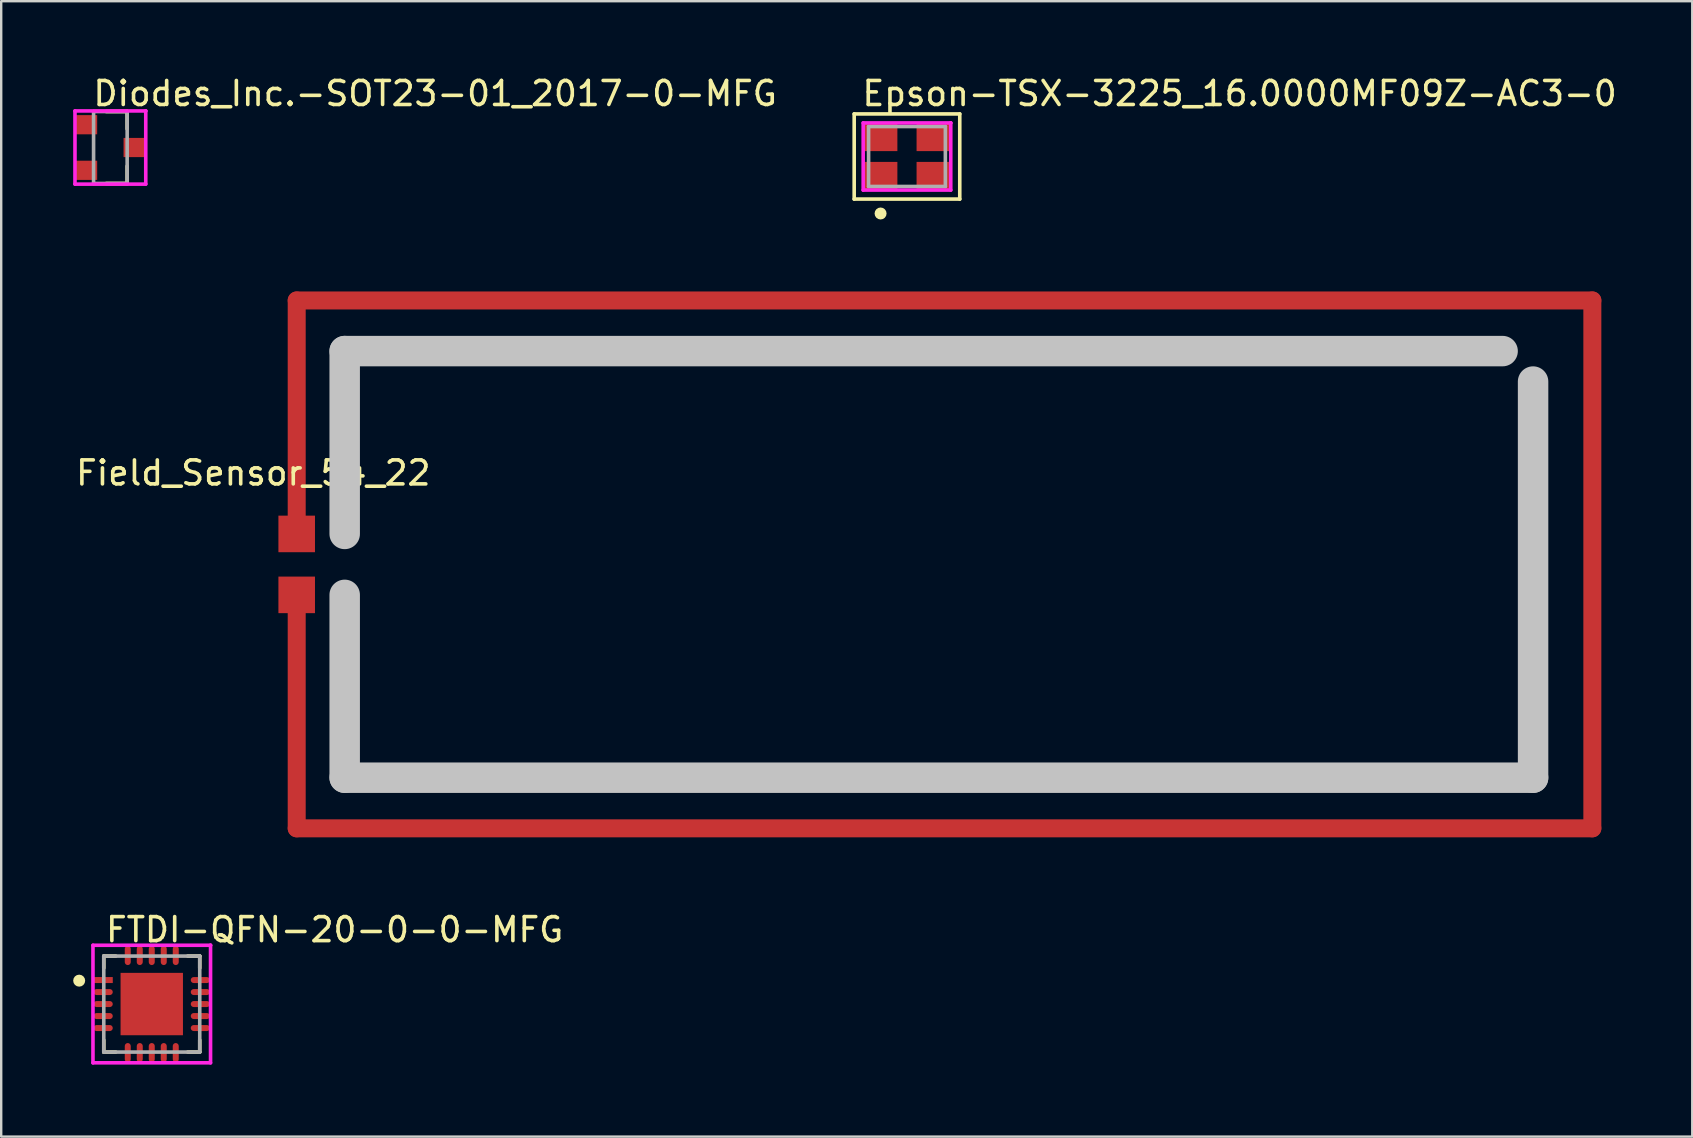
<source format=kicad_pcb>
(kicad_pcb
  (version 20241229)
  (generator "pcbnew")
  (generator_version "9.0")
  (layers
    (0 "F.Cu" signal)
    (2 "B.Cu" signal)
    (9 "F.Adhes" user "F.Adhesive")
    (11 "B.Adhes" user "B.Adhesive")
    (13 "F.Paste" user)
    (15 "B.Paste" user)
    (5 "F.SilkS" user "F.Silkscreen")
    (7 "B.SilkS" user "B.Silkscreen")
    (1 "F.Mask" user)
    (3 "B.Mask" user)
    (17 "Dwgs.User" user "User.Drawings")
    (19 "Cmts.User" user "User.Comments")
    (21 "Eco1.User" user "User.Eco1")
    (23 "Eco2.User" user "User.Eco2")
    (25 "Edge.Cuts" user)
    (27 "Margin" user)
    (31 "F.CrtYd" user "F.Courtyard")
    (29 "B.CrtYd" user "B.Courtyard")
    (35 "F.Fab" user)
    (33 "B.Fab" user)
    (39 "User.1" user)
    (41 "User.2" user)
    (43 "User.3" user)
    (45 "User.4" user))
  (footprint "FTDI-QFN-20-0-0-MFG"
    (layer "F.Cu")
    (at 3.275 38.797)
    (property "Reference" "FTDI-QFN-20-0-0-MFG" (at -2 -3.1 0) (layer "F.SilkS") (effects (font (size 1 1) (thickness 0.15)) (justify left)))
    (attr through_hole)
    (fp_line (start -2 -2) (end -1.5 -2) (stroke (width 0.15) (type solid)) (layer "F.SilkS"))
    (fp_line (start -2 -1.5) (end -2 -2) (stroke (width 0.15) (type solid)) (layer "F.SilkS"))
    (fp_line (start -2 2) (end -2 1.5) (stroke (width 0.15) (type solid)) (layer "F.SilkS"))
    (fp_line (start -2 2) (end -1.5 2) (stroke (width 0.15) (type solid)) (layer "F.SilkS"))
    (fp_line (start 1.5 -2) (end 2 -2) (stroke (width 0.15) (type solid)) (layer "F.SilkS"))
    (fp_line (start 1.5 2) (end 2 2) (stroke (width 0.15) (type solid)) (layer "F.SilkS"))
    (fp_line (start 2 -1.5) (end 2 -2) (stroke (width 0.15) (type solid)) (layer "F.SilkS"))
    (fp_line (start 2 2) (end 2 1.5) (stroke (width 0.15) (type solid)) (layer "F.SilkS"))
    (fp_circle (center -3.025 -0.975) (end -2.9 -0.975) (stroke (width 0.25) (type solid)) (fill no) (layer "F.SilkS"))
    (fp_line (start -2.45 -2.45) (end -2.45 2.45) (stroke (width 0.15) (type solid)) (layer "F.CrtYd"))
    (fp_line (start -2.45 2.45) (end 2.45 2.45) (stroke (width 0.15) (type solid)) (layer "F.CrtYd"))
    (fp_line (start 2.45 -2.45) (end -2.45 -2.45) (stroke (width 0.15) (type solid)) (layer "F.CrtYd"))
    (fp_line (start 2.45 -2.45) (end 2.45 -2.45) (stroke (width 0.15) (type solid)) (layer "F.CrtYd"))
    (fp_line (start 2.45 2.45) (end 2.45 -2.45) (stroke (width 0.15) (type solid)) (layer "F.CrtYd"))
    (fp_line (start -2 -2) (end 2 -2) (stroke (width 0.15) (type solid)) (layer "F.Fab"))
    (fp_line (start -2 2) (end -2 -2) (stroke (width 0.15) (type solid)) (layer "F.Fab"))
    (fp_line (start 2 -2) (end 2 2) (stroke (width 0.15) (type solid)) (layer "F.Fab"))
    (fp_line (start 2 2) (end -2 2) (stroke (width 0.15) (type solid)) (layer "F.Fab"))
    (pad "1" smd rect (at -2.025 -1) (size 0.8 0.25) (layers "F.Cu" "F.Mask" "F.Paste"))
    (pad "2" smd roundrect (at -2.025 -0.5) (size 0.8 0.25) (layers "F.Cu" "F.Mask" "F.Paste") (roundrect_rratio 0.5))
    (pad "3" smd roundrect (at -2.025 0) (size 0.8 0.25) (layers "F.Cu" "F.Mask" "F.Paste") (roundrect_rratio 0.5))
    (pad "4" smd roundrect (at -2.025 0.5) (size 0.8 0.25) (layers "F.Cu" "F.Mask" "F.Paste") (roundrect_rratio 0.5))
    (pad "5" smd roundrect (at -2.025 1) (size 0.8 0.25) (layers "F.Cu" "F.Mask" "F.Paste") (roundrect_rratio 0.5))
    (pad "6" smd roundrect (at -1 2.025) (size 0.25 0.8) (layers "F.Cu" "F.Mask" "F.Paste") (roundrect_rratio 0.5))
    (pad "7" smd roundrect (at -0.5 2.025) (size 0.25 0.8) (layers "F.Cu" "F.Mask" "F.Paste") (roundrect_rratio 0.5))
    (pad "8" smd roundrect (at 0 2.025) (size 0.25 0.8) (layers "F.Cu" "F.Mask" "F.Paste") (roundrect_rratio 0.5))
    (pad "9" smd roundrect (at 0.5 2.025) (size 0.25 0.8) (layers "F.Cu" "F.Mask" "F.Paste") (roundrect_rratio 0.5))
    (pad "10" smd roundrect (at 1 2.025) (size 0.25 0.8) (layers "F.Cu" "F.Mask" "F.Paste") (roundrect_rratio 0.5))
    (pad "11" smd roundrect (at 2.025 1) (size 0.8 0.25) (layers "F.Cu" "F.Mask" "F.Paste") (roundrect_rratio 0.5))
    (pad "12" smd roundrect (at 2.025 0.5) (size 0.8 0.25) (layers "F.Cu" "F.Mask" "F.Paste") (roundrect_rratio 0.5))
    (pad "13" smd roundrect (at 2.025 0) (size 0.8 0.25) (layers "F.Cu" "F.Mask" "F.Paste") (roundrect_rratio 0.5))
    (pad "14" smd roundrect (at 2.025 -0.5) (size 0.8 0.25) (layers "F.Cu" "F.Mask" "F.Paste") (roundrect_rratio 0.5))
    (pad "15" smd roundrect (at 2.025 -1) (size 0.8 0.25) (layers "F.Cu" "F.Mask" "F.Paste") (roundrect_rratio 0.5))
    (pad "16" smd roundrect (at 1 -2.025) (size 0.25 0.8) (layers "F.Cu" "F.Mask" "F.Paste") (roundrect_rratio 0.5))
    (pad "17" smd roundrect (at 0.5 -2.025) (size 0.25 0.8) (layers "F.Cu" "F.Mask" "F.Paste") (roundrect_rratio 0.5))
    (pad "18" smd roundrect (at 0 -2.025) (size 0.25 0.8) (layers "F.Cu" "F.Mask" "F.Paste") (roundrect_rratio 0.5))
    (pad "19" smd roundrect (at -0.5 -2.025) (size 0.25 0.8) (layers "F.Cu" "F.Mask" "F.Paste") (roundrect_rratio 0.5))
    (pad "20" smd roundrect (at -1 -2.025) (size 0.25 0.8) (layers "F.Cu" "F.Mask" "F.Paste") (roundrect_rratio 0.5))
    (pad "21" smd rect (at 0 0) (size 2.6 2.6) (layers "F.Cu" "F.Mask" "F.Paste")))
  (footprint "Diodes_Inc.-SOT23-01_2017-0-MFG"
    (layer "F.Cu")
    (at 1.55 3.098)
    (property "Reference" "Diodes_Inc.-SOT23-01_2017-0-MFG" (at -0.8 -2.25 0) (layer "F.SilkS") (effects (font (size 1 1) (thickness 0.15)) (justify left)))
    (attr through_hole)
    (fp_line (start -0.175 -1.5) (end 0.7 -1.5) (stroke (width 0.15) (type solid)) (layer "F.SilkS"))
    (fp_line (start -0.175 1.5) (end 0.7 1.5) (stroke (width 0.15) (type solid)) (layer "F.SilkS"))
    (fp_line (start 0.7 -0.775) (end 0.7 -1.5) (stroke (width 0.15) (type solid)) (layer "F.SilkS"))
    (fp_line (start 0.7 1.5) (end 0.7 0.775) (stroke (width 0.15) (type solid)) (layer "F.SilkS"))
    (fp_line (start -1.475 -1.525) (end -1.475 1.525) (stroke (width 0.15) (type solid)) (layer "F.CrtYd"))
    (fp_line (start -1.475 1.525) (end 1.475 1.525) (stroke (width 0.15) (type solid)) (layer "F.CrtYd"))
    (fp_line (start 1.475 -1.525) (end -1.475 -1.525) (stroke (width 0.15) (type solid)) (layer "F.CrtYd"))
    (fp_line (start 1.475 -1.525) (end 1.475 -1.525) (stroke (width 0.15) (type solid)) (layer "F.CrtYd"))
    (fp_line (start 1.475 1.525) (end 1.475 -1.525) (stroke (width 0.15) (type solid)) (layer "F.CrtYd"))
    (fp_line (start -0.7 -1.5) (end 0.7 -1.5) (stroke (width 0.15) (type solid)) (layer "F.Fab"))
    (fp_line (start -0.7 1.5) (end -0.7 -1.5) (stroke (width 0.15) (type solid)) (layer "F.Fab"))
    (fp_line (start 0.7 -1.5) (end 0.7 1.5) (stroke (width 0.15) (type solid)) (layer "F.Fab"))
    (fp_line (start 0.7 1.5) (end -0.7 1.5) (stroke (width 0.15) (type solid)) (layer "F.Fab"))
    (pad "1" smd rect (at -1 -0.95) (size 0.9 0.8) (layers "F.Cu" "F.Mask" "F.Paste"))
    (pad "2" smd rect (at -1 0.95) (size 0.9 0.8) (layers "F.Cu" "F.Mask" "F.Paste"))
    (pad "3" smd rect (at 1 0) (size 0.9 0.8) (layers "F.Cu" "F.Mask" "F.Paste")))
  (footprint "Field_Sensor_54_22"
    (layer "F.Cu")
    (at 11.316 20.473)
    (property "Reference" "Field_Sensor_54_22" (at -3.81 -3.81 0) (layer "F.SilkS") (effects (font (size 1 1) (thickness 0.15))))
    (attr through_hole)
    (fp_line (start -2 -11) (end 52 -11) (stroke (width 0.75) (type solid)) (layer "F.Cu"))
    (fp_line (start -2 -1.27) (end -2 -11) (stroke (width 0.75) (type solid)) (layer "F.Cu"))
    (fp_line (start -2 11) (end -2 1.27) (stroke (width 0.75) (type solid)) (layer "F.Cu"))
    (fp_line (start 52 -11) (end 52 11) (stroke (width 0.75) (type solid)) (layer "F.Cu"))
    (fp_line (start 52 11) (end -2 11) (stroke (width 0.75) (type solid)) (layer "F.Cu"))
    (fp_line (start 0 -8.89) (end 48.26 -8.89) (stroke (width 1.27) (type solid)) (layer "Dwgs.User"))
    (fp_line (start 0 -1.27) (end 0 -8.89) (stroke (width 1.27) (type solid)) (layer "Dwgs.User"))
    (fp_line (start 0 8.89) (end 0 1.27) (stroke (width 1.27) (type solid)) (layer "Dwgs.User"))
    (fp_line (start 49.53 8.89) (end 0 8.89) (stroke (width 1.27) (type solid)) (layer "Dwgs.User"))
    (fp_line (start 49.53 8.89) (end 49.53 -7.62) (stroke (width 1.27) (type solid)) (layer "Dwgs.User"))
    (pad "1" smd rect (at -2 -1.27) (size 1.524 1.524) (layers "F.Cu" "F.Mask" "F.Paste"))
    (pad "2" smd rect (at -2 1.27) (size 1.524 1.524) (layers "F.Cu" "F.Mask" "F.Paste")))
  (footprint "Epson-TSX-3225_16.0000MF09Z-AC3-0"
    (layer "F.Cu")
    (at 34.751 3.473)
    (property "Reference" "Epson-TSX-3225_16.0000MF09Z-AC3-0" (at -1.95 -2.625 0) (layer "F.SilkS") (effects (font (size 1 1) (thickness 0.15)) (justify left)))
    (attr through_hole)
    (fp_line (start -2.2 -1.775) (end 2.2 -1.775) (stroke (width 0.15) (type solid)) (layer "F.SilkS"))
    (fp_line (start -2.2 1.775) (end -2.2 -1.775) (stroke (width 0.15) (type solid)) (layer "F.SilkS"))
    (fp_line (start 2.2 -1.775) (end 2.2 1.775) (stroke (width 0.15) (type solid)) (layer "F.SilkS"))
    (fp_line (start 2.2 1.775) (end -2.2 1.775) (stroke (width 0.15) (type solid)) (layer "F.SilkS"))
    (fp_circle (center -1.1 2.375) (end -0.975 2.375) (stroke (width 0.25) (type solid)) (fill no) (layer "F.SilkS"))
    (fp_line (start -1.825 -1.4) (end -1.825 1.4) (stroke (width 0.15) (type solid)) (layer "F.CrtYd"))
    (fp_line (start -1.825 1.4) (end 1.825 1.4) (stroke (width 0.15) (type solid)) (layer "F.CrtYd"))
    (fp_line (start 1.825 -1.4) (end -1.825 -1.4) (stroke (width 0.15) (type solid)) (layer "F.CrtYd"))
    (fp_line (start 1.825 -1.4) (end 1.825 -1.4) (stroke (width 0.15) (type solid)) (layer "F.CrtYd"))
    (fp_line (start 1.825 1.4) (end 1.825 -1.4) (stroke (width 0.15) (type solid)) (layer "F.CrtYd"))
    (fp_line (start -1.6 -1.25) (end 1.6 -1.25) (stroke (width 0.15) (type solid)) (layer "F.Fab"))
    (fp_line (start -1.6 1.25) (end -1.6 -1.25) (stroke (width 0.15) (type solid)) (layer "F.Fab"))
    (fp_line (start 1.6 -1.25) (end 1.6 1.25) (stroke (width 0.15) (type solid)) (layer "F.Fab"))
    (fp_line (start 1.6 1.25) (end -1.6 1.25) (stroke (width 0.15) (type solid)) (layer "F.Fab"))
    (pad "1" smd rect (at -1.1 0.8) (size 1.4 1.15) (layers "F.Cu" "F.Mask" "F.Paste"))
    (pad "2" smd rect (at 1.1 0.8) (size 1.4 1.15) (layers "F.Cu" "F.Mask" "F.Paste"))
    (pad "3" smd rect (at 1.1 -0.8) (size 1.4 1.15) (layers "F.Cu" "F.Mask" "F.Paste"))
    (pad "4" smd rect (at -1.1 -0.8) (size 1.4 1.15) (layers "F.Cu" "F.Mask" "F.Paste")))
  (gr_rect
    (start -3 -3)
    (end 67.48 44.322)
    (stroke (width 0.1) (type default))
    (fill no)
    (layer "Edge.Cuts")))
</source>
